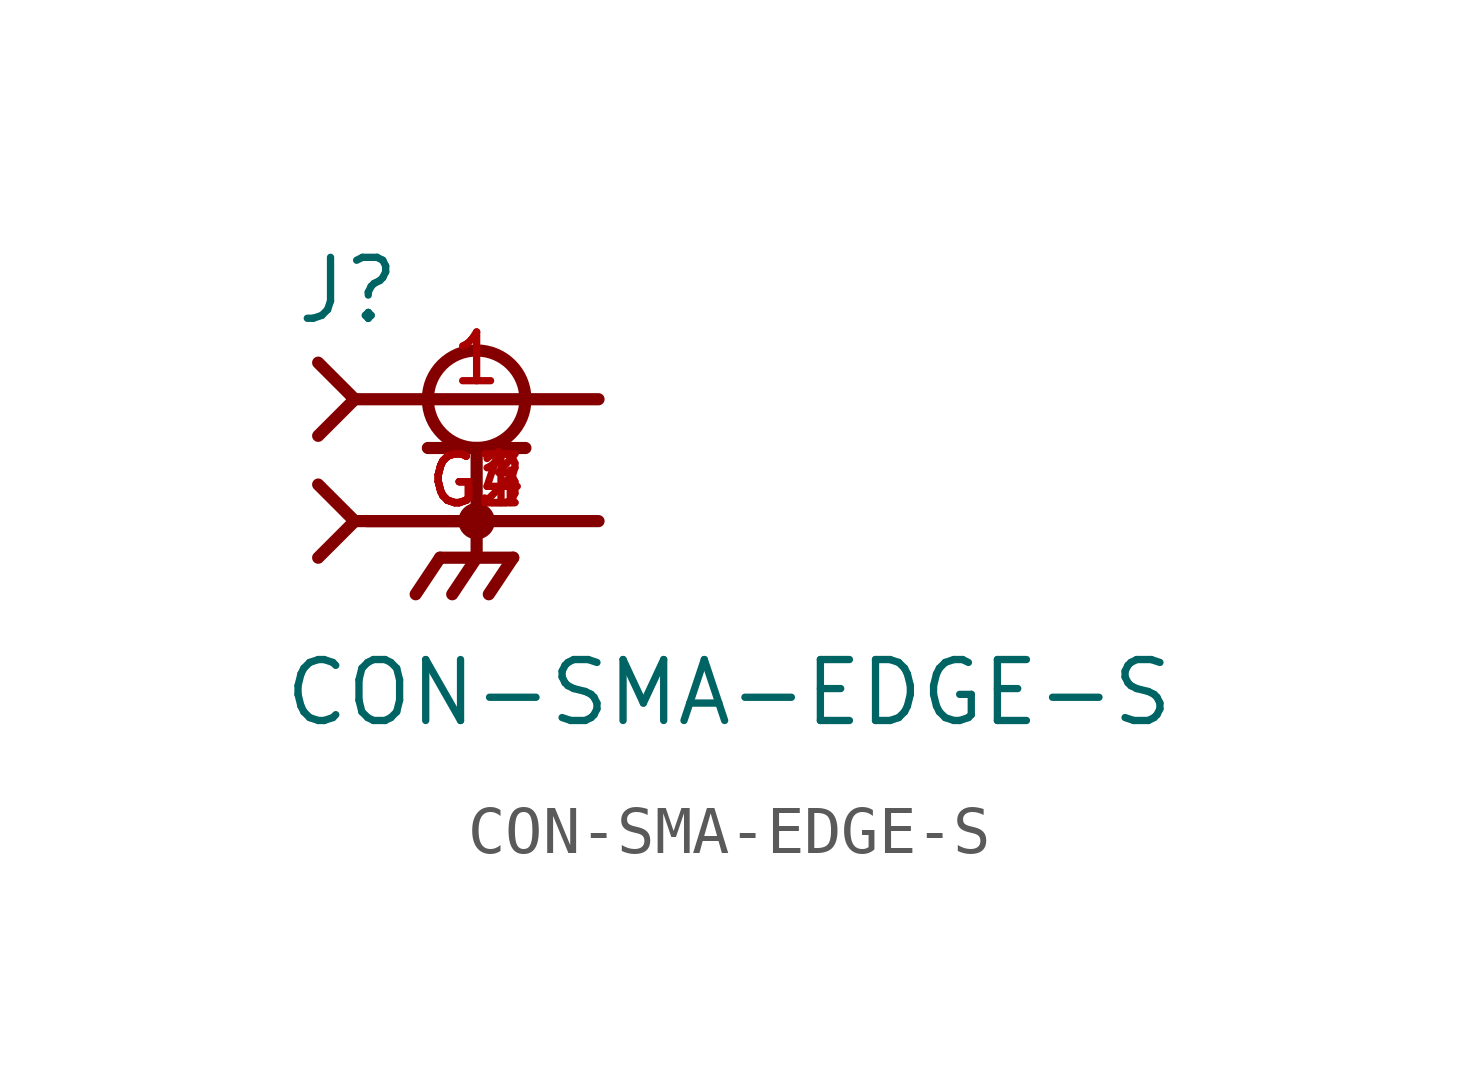
<source format=kicad_sym>
(kicad_symbol_lib
  (version 20211014)
  (generator kicad_symbol_editor)
  (symbol "CON-SMA-EDGE-S"
    (pin_names
      (offset 1.016))
    (property "Reference" "J"
      (at -3.81 4.064 0)
      (effects (font (size 1.27 1.27)) (justify bottom left)))
    (property "Value" "CON-SMA-EDGE-S"
      (at -4.064 -4.318 0)
      (effects (font (size 1.27 1.27)) (justify bottom left)))
    (symbol "CON-SMA-EDGE-S_0_0"
      (circle (center 0.0 2.54) (radius 1.016) (stroke (width 0.254)) (fill (type none)))
      (polyline (pts (xy -1.016 1.524) (xy 0.0 1.524)) (stroke (width 0.254)))
      (polyline (pts (xy 0.0 1.524) (xy 1.016 1.524)) (stroke (width 0.254)))
      (polyline (pts (xy 0.0 0.0) (xy -2.286 0.0)) (stroke (width 0.254)))
      (polyline (pts (xy -3.302 3.302) (xy -2.54 2.54)) (stroke (width 0.254)))
      (polyline (pts (xy -3.302 1.778) (xy -2.54 2.54)) (stroke (width 0.254)))
      (polyline (pts (xy 0.0 1.524) (xy 0.0 0.0)) (stroke (width 0.254)))
      (circle (center 0.0 0.0) (radius 0.254) (stroke (width 0.254)) (fill (type none)))
      (polyline (pts (xy -2.54 2.54) (xy 2.54 2.54)) (stroke (width 0.254)))
      (polyline (pts (xy 2.54 0.0) (xy 0.0 0.0)) (stroke (width 0.254)))
      (polyline (pts (xy 0.0 0.0) (xy 0.0 -0.762)) (stroke (width 0.254)))
      (polyline (pts (xy 0.0 -0.762) (xy -0.762 -0.762)) (stroke (width 0.254)))
      (polyline (pts (xy 0.0 -0.762) (xy 0.762 -0.762)) (stroke (width 0.254)))
      (polyline (pts (xy -0.762 -0.762) (xy -1.27 -1.524)) (stroke (width 0.254)))
      (polyline (pts (xy 0.0 -0.762) (xy -0.508 -1.524)) (stroke (width 0.254)))
      (polyline (pts (xy 0.762 -0.762) (xy 0.254 -1.524)) (stroke (width 0.254)))
      (polyline (pts (xy -3.302 0.762) (xy -2.54 0.0)) (stroke (width 0.254)))
      (polyline (pts (xy -3.302 -0.762) (xy -2.54 0.0)) (stroke (width 0.254)))
      (polyline (pts (xy -2.54 0.0) (xy 0.0 0.0)) (stroke (width 0.254)))
      (pin passive line (at 2.54 2.54 180.0) (length 5.08) (name "~" (effects (font (size 1.016 1.016)))) (number "1" (effects (font (size 1.016 1.016)))))
      (pin passive line (at 2.54 0.0 180.0) (length 5.08) (name "~" (effects (font (size 1.016 1.016)))) (number "G1" (effects (font (size 1.016 1.016)))))
      (pin passive line (at 2.54 0.0 180.0) (length 5.08) (name "~" (effects (font (size 1.016 1.016)))) (number "G2" (effects (font (size 1.016 1.016)))))
      (pin passive line (at 2.54 0.0 180.0) (length 5.08) (name "~" (effects (font (size 1.016 1.016)))) (number "G3" (effects (font (size 1.016 1.016)))))
      (pin passive line (at 2.54 0.0 180.0) (length 5.08) (name "~" (effects (font (size 1.016 1.016)))) (number "G4" (effects (font (size 1.016 1.016))))))))
</source>
